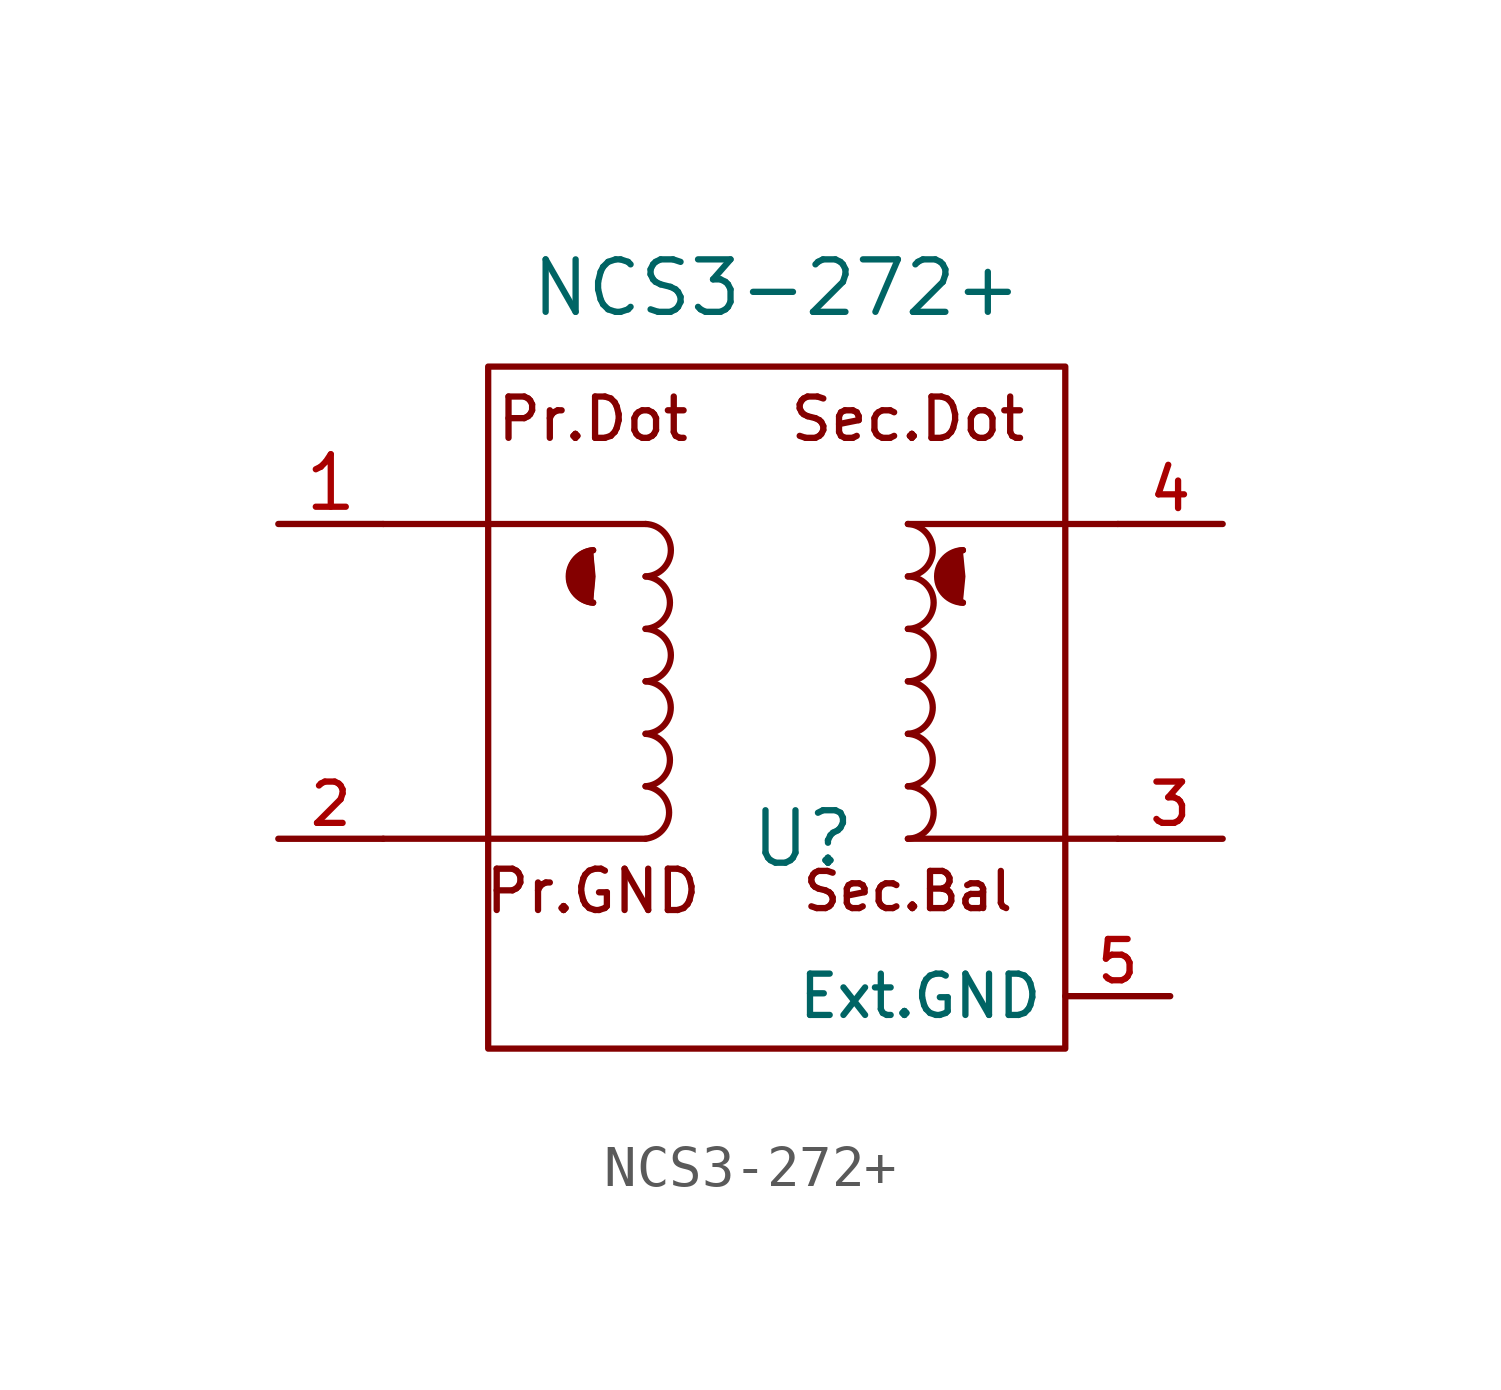
<source format=kicad_sym>
(kicad_symbol_lib
  (version 20211014)
  (generator kicad_symbol_editor)
  (symbol "NCS3-272+"
    (property "Reference" "U"
      (at 0 0 0)
      (effects (font (size 1.27 1.27))))
    (property "Value" "NCS3-272+"
      (at -0.635 13.335 0)
      (effects (font (size 1.27 1.27))))
    (symbol "NCS3-272+_0_0"
      (arc (start -5.08 6.985) (mid -5.7798 6.35) (end -5.08 5.715) (stroke (width 0.1524) (type default) (color 0 0 0 0)) (fill (type outline)))
      (arc (start -5.08 6.985) (mid -5.6702 6.35) (end -5.08 5.715) (stroke (width 0.1524) (type default) (color 0 0 0 0)) (fill (type outline)))
      (arc (start 3.8718 6.985) (mid 3.172 6.35) (end 3.8718 5.715) (stroke (width 0.1524) (type default) (color 0 0 0 0)) (fill (type outline)))
      (arc (start 3.8718 6.985) (mid 3.248 6.35) (end 3.8718 5.715) (stroke (width 0.1524) (type default) (color 0 0 0 0)) (fill (type outline)))
      (text "Pr.Dot" (at -5.08 10.16 0) (effects (font (size 1 1))))
      (text "Pr.GND" (at -5.08 -1.27 0) (effects (font (size 1 1))))
      (text "Sec.Bal" (at 2.54 -1.27 0) (effects (font (size 0.9 0.9))))
      (text "Sec.Dot" (at 2.54 10.16 0) (effects (font (size 1 1)))))
    (symbol "NCS3-272+_0_1"
      (rectangle (start -7.62 11.43) (end 6.35 -5.08) (stroke (width 0.152) (type default) (color 0 0 0 0)) (fill (type none)))
      (arc (start -3.81 0) (mid -3.2399 0.635) (end -3.81 1.27) (stroke (width 0.1524) (type default) (color 0 0 0 0)) (fill (type none)))
      (arc (start -3.81 1.27) (mid -3.2198 1.905) (end -3.81 2.54) (stroke (width 0.1524) (type default) (color 0 0 0 0)) (fill (type none)))
      (arc (start -3.81 2.54) (mid -3.1997 3.175) (end -3.81 3.81) (stroke (width 0.1524) (type default) (color 0 0 0 0)) (fill (type none)))
      (arc (start -3.81 3.81) (mid -3.1971 4.445) (end -3.81 5.08) (stroke (width 0.1524) (type default) (color 0 0 0 0)) (fill (type none)))
      (arc (start -3.81 5.08) (mid -3.2198 5.715) (end -3.81 6.35) (stroke (width 0.1524) (type default) (color 0 0 0 0)) (fill (type none)))
      (arc (start -3.81 6.35) (mid -3.1971 6.985) (end -3.81 7.62) (stroke (width 0.1524) (type default) (color 0 0 0 0)) (fill (type none)))
      (polyline (pts (xy -10.16 0) (xy -3.81 0)) (stroke (width 0.152) (type default) (color 0 0 0 0)) (fill (type none)))
      (polyline (pts (xy -10.16 7.62) (xy -3.81 7.62)) (stroke (width 0.152) (type default) (color 0 0 0 0)) (fill (type none)))
      (polyline (pts (xy 7.62 0) (xy 2.54 0)) (stroke (width 0.152) (type default) (color 0 0 0 0)) (fill (type none)))
      (polyline (pts (xy 7.62 7.62) (xy 2.54 7.62)) (stroke (width 0.152) (type default) (color 0 0 0 0)) (fill (type none)))
      (arc (start 2.54 0) (mid 3.1864 0.635) (end 2.54 1.27) (stroke (width 0.1524) (type default) (color 0 0 0 0)) (fill (type none)))
      (arc (start 2.54 1.27) (mid 3.2097 1.905) (end 2.54 2.54) (stroke (width 0.1524) (type default) (color 0 0 0 0)) (fill (type none)))
      (arc (start 2.54 2.54) (mid 3.2097 3.175) (end 2.54 3.81) (stroke (width 0.1524) (type default) (color 0 0 0 0)) (fill (type none)))
      (arc (start 2.54 3.81) (mid 3.1864 4.445) (end 2.54 5.08) (stroke (width 0.1524) (type default) (color 0 0 0 0)) (fill (type none)))
      (arc (start 2.54 5.08) (mid 3.1864 5.715) (end 2.54 6.35) (stroke (width 0.1524) (type default) (color 0 0 0 0)) (fill (type none)))
      (arc (start 2.54 6.35) (mid 3.2097 6.985) (end 2.54 7.62) (stroke (width 0.1524) (type default) (color 0 0 0 0)) (fill (type none))))
    (symbol "NCS3-272+_1_1"
      (pin passive line (at -12.7 7.62 0) (length 2.54) (name "" (effects (font (size 1 1)))) (number "1" (effects (font (size 1.27 1.27)))))
      (pin passive line (at -12.7 0 0) (length 2.54) (name "" (effects (font (size 1 1)))) (number "2" (effects (font (size 1 1)))))
      (pin passive line (at 10.16 0 180) (length 2.54) (name "" (effects (font (size 1 1)))) (number "3" (effects (font (size 1 1)))))
      (pin passive line (at 10.16 7.62 180) (length 2.54) (name "" (effects (font (size 1 1)))) (number "4" (effects (font (size 1 1)))))
      (pin power_in line (at 8.89 -3.81 180) (length 2.54) (name "Ext.GND" (effects (font (size 1 1)))) (number "5" (effects (font (size 1 1))))))))
</source>
